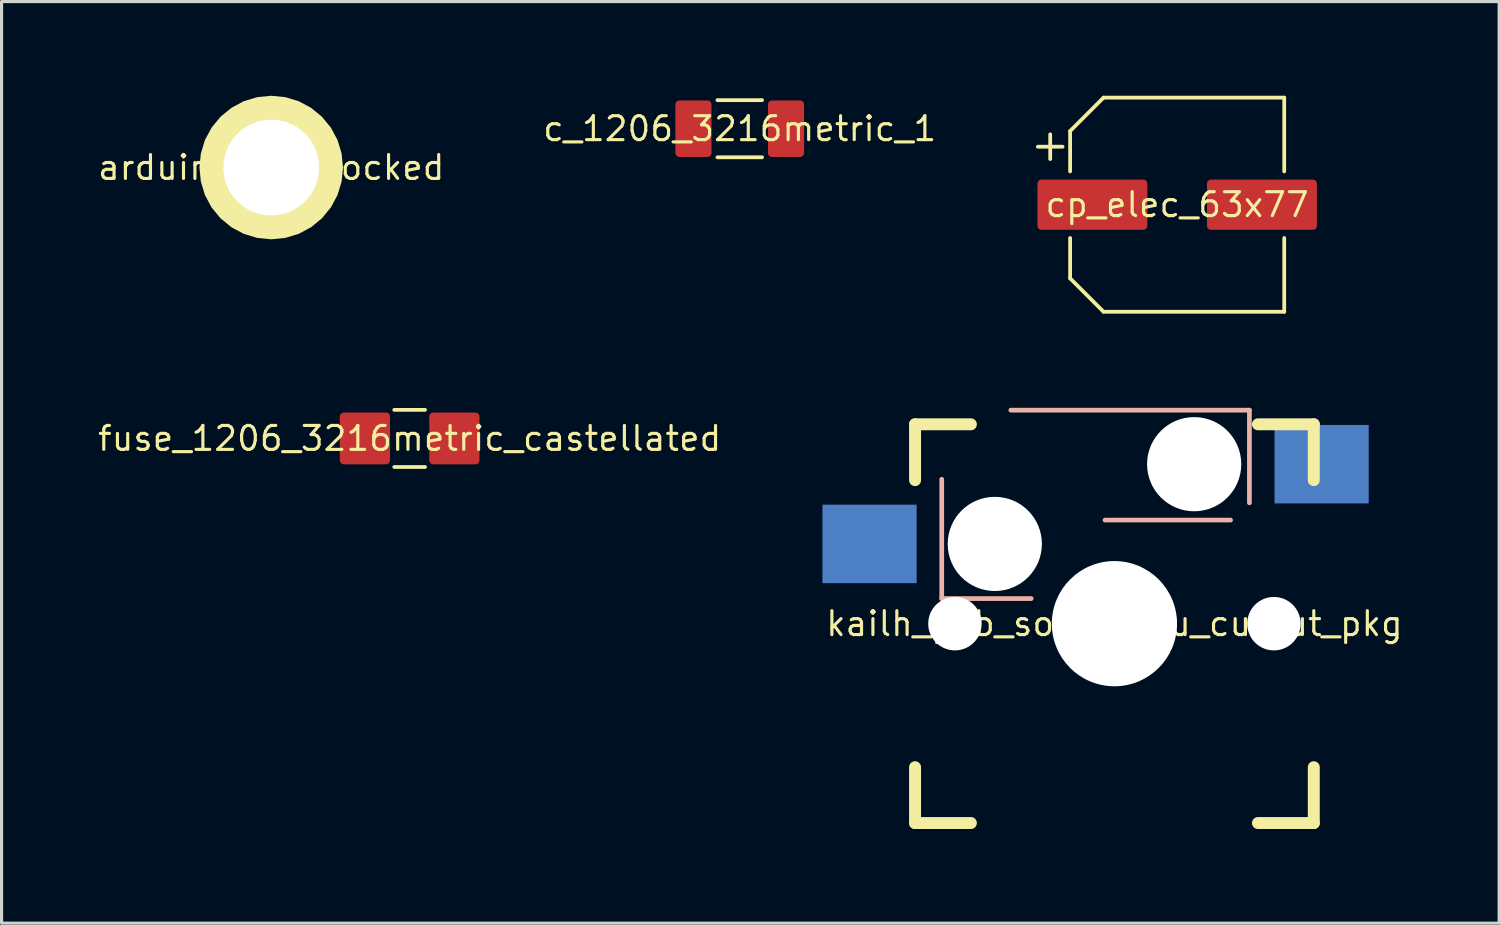
<source format=kicad_pcb>
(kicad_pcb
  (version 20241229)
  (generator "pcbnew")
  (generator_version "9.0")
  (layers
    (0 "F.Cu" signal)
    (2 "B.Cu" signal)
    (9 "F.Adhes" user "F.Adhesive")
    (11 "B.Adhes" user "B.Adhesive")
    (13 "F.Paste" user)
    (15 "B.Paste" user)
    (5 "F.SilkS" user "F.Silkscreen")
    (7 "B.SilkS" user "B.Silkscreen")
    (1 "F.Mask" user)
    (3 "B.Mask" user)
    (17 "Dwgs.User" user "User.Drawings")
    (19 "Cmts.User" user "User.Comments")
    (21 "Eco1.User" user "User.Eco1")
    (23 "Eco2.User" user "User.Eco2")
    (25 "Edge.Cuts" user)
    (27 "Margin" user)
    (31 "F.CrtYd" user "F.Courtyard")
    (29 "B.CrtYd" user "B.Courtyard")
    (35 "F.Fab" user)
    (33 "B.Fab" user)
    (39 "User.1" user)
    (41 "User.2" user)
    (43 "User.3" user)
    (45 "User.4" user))
  (footprint "kailh_pcb_socket_1u_cutout_pkg"
    (layer "F.Cu")
    (at 32.446 16.815)
    (property "Reference" "kailh_pcb_socket_1u_cutout_pkg" (at 0 0 0) (layer "F.SilkS") (effects (font (size 0.762 0.762) (thickness 0.1))))
    (attr through_hole)
    (fp_poly (pts (xy -9.45 -1.14) (xy -6.15 -1.14) (xy -6.15 -3.94) (xy -9.45 -3.94)) (stroke (width 0) (type solid)) (fill yes) (layer "B.Mask"))
    (fp_poly (pts (xy 4.95 -3.68) (xy 8.25 -3.68) (xy 8.25 -6.48) (xy 4.95 -6.48)) (stroke (width 0) (type solid)) (fill yes) (layer "B.Mask"))
    (fp_line (start -6.35 -6.35) (end -4.572 -6.35) (stroke (width 0.381) (type solid)) (layer "F.SilkS"))
    (fp_line (start -6.35 -4.572) (end -6.35 -6.35) (stroke (width 0.381) (type solid)) (layer "F.SilkS"))
    (fp_line (start -6.35 6.35) (end -6.35 4.572) (stroke (width 0.381) (type solid)) (layer "F.SilkS"))
    (fp_line (start -4.572 6.35) (end -6.35 6.35) (stroke (width 0.381) (type solid)) (layer "F.SilkS"))
    (fp_line (start 0 0) (end 0 0) (stroke (width 0.05) (type solid)) (layer "F.SilkS"))
    (fp_line (start 0 0) (end 0 0) (stroke (width 0.05) (type solid)) (layer "F.SilkS"))
    (fp_line (start 0 0) (end 0 0) (stroke (width 0.05) (type solid)) (layer "F.SilkS"))
    (fp_line (start 0 0) (end 0 0) (stroke (width 0.05) (type solid)) (layer "F.SilkS"))
    (fp_line (start 4.572 -6.35) (end 6.35 -6.35) (stroke (width 0.381) (type solid)) (layer "F.SilkS"))
    (fp_line (start 6.35 -6.35) (end 6.35 -4.572) (stroke (width 0.381) (type solid)) (layer "F.SilkS"))
    (fp_line (start 6.35 4.572) (end 6.35 6.35) (stroke (width 0.381) (type solid)) (layer "F.SilkS"))
    (fp_line (start 6.35 6.35) (end 4.572 6.35) (stroke (width 0.381) (type solid)) (layer "F.SilkS"))
    (fp_line (start -5.5 -0.8) (end -5.5 -4.6) (stroke (width 0.15) (type solid)) (layer "B.SilkS"))
    (fp_line (start -3.3 -6.8) (end 4.3 -6.8) (stroke (width 0.15) (type solid)) (layer "B.SilkS"))
    (fp_line (start -2.65 -0.8) (end -5.5 -0.8) (stroke (width 0.15) (type solid)) (layer "B.SilkS"))
    (fp_line (start 3.7 -3.3) (end -0.3 -3.3) (stroke (width 0.15) (type solid)) (layer "B.SilkS"))
    (fp_line (start 4.3 -6.8) (end 4.3 -3.85) (stroke (width 0.15) (type solid)) (layer "B.SilkS"))
    (fp_line (start -0.5 -0.5) (end -0.5 0.5) (stroke (width 0.05) (type solid)) (layer "F.CrtYd"))
    (fp_line (start -0.5 0.5) (end 0.5 0.5) (stroke (width 0.05) (type solid)) (layer "F.CrtYd"))
    (fp_line (start 0.5 -0.5) (end -0.5 -0.5) (stroke (width 0.05) (type solid)) (layer "F.CrtYd"))
    (fp_line (start 0.5 0.5) (end 0.5 -0.5) (stroke (width 0.05) (type solid)) (layer "F.CrtYd"))
    (fp_text user "" (at 0 4 0) (layer "F.SilkS") (effects (font (size 2 2) (thickness 0.1))))
    (pad "" np_thru_hole circle (at -5.08 0) (size 1.702 1.702) (drill 1.702) (layers "*.Cu" "*.Mask"))
    (pad "" np_thru_hole circle (at -3.81 -2.54) (size 3 3) (drill 3) (layers "*.Cu" "*.Mask"))
    (pad "" np_thru_hole circle (at 0 0) (size 3.988 3.988) (drill 3.988) (layers "*.Cu" "*.Mask"))
    (pad "" np_thru_hole circle (at 2.54 -5.08) (size 3 3) (drill 3) (layers "*.Cu" "*.Mask"))
    (pad "" np_thru_hole circle (at 5.08 0) (size 1.702 1.702) (drill 1.702) (layers "*.Cu" "*.Mask"))
    (pad "1" smd rect (at 6.6 -5.08) (size 3 2.5) (layers "B.Cu" "B.Paste"))
    (pad "2" smd rect (at -7.8 -2.54) (size 3 2.5) (layers "B.Cu" "B.Paste")))
  (footprint "cp_elec_63x77"
    (layer "F.Cu")
    (at 34.445 3.47)
    (property "Reference" "cp_elec_63x77" (at 0 0 0) (layer "F.SilkS") (effects (font (size 0.762 0.762) (thickness 0.1))))
    (attr through_hole)
    (fp_poly (pts (xy -0.8 -0.675) (xy -0.805 -0.729) (xy -0.821 -0.78) (xy -0.846 -0.828) (xy -0.881 -0.869) (xy -0.922 -0.904) (xy -0.97 -0.929) (xy -1.021 -0.945) (xy -1.075 -0.95) (xy -4.325 -0.95) (xy -4.379 -0.945) (xy -4.43 -0.929) (xy -4.478 -0.904) (xy -4.519 -0.869) (xy -4.554 -0.828) (xy -4.579 -0.78) (xy -4.595 -0.729) (xy -4.6 -0.675) (xy -4.6 0.675) (xy -4.595 0.729) (xy -4.579 0.78) (xy -4.554 0.828) (xy -4.519 0.869) (xy -4.478 0.904) (xy -4.43 0.929) (xy -4.379 0.945) (xy -4.325 0.95) (xy -1.075 0.95) (xy -1.021 0.945) (xy -0.97 0.929) (xy -0.922 0.904) (xy -0.881 0.869) (xy -0.846 0.828) (xy -0.821 0.78) (xy -0.805 0.729) (xy -0.8 0.675)) (stroke (width 0) (type solid)) (fill yes) (layer "F.Mask"))
    (fp_poly (pts (xy 4.6 -0.675) (xy 4.595 -0.729) (xy 4.579 -0.78) (xy 4.554 -0.828) (xy 4.519 -0.869) (xy 4.478 -0.904) (xy 4.43 -0.929) (xy 4.379 -0.945) (xy 4.325 -0.95) (xy 1.075 -0.95) (xy 1.021 -0.945) (xy 0.97 -0.929) (xy 0.922 -0.904) (xy 0.881 -0.869) (xy 0.846 -0.828) (xy 0.821 -0.78) (xy 0.805 -0.729) (xy 0.8 -0.675) (xy 0.8 0.675) (xy 0.805 0.729) (xy 0.821 0.78) (xy 0.846 0.828) (xy 0.881 0.869) (xy 0.922 0.904) (xy 0.97 0.929) (xy 1.021 0.945) (xy 1.075 0.95) (xy 4.325 0.95) (xy 4.379 0.945) (xy 4.43 0.929) (xy 4.478 0.904) (xy 4.519 0.869) (xy 4.554 0.828) (xy 4.579 0.78) (xy 4.595 0.729) (xy 4.6 0.675)) (stroke (width 0) (type solid)) (fill yes) (layer "F.Mask"))
    (fp_line (start -4.438 -1.847) (end -3.65 -1.847) (stroke (width 0.12) (type solid)) (layer "F.SilkS"))
    (fp_line (start -4.044 -2.241) (end -4.044 -1.454) (stroke (width 0.12) (type solid)) (layer "F.SilkS"))
    (fp_line (start -3.41 -2.346) (end -3.41 -1.06) (stroke (width 0.12) (type solid)) (layer "F.SilkS"))
    (fp_line (start -3.41 -2.346) (end -2.346 -3.41) (stroke (width 0.12) (type solid)) (layer "F.SilkS"))
    (fp_line (start -3.41 2.346) (end -3.41 1.06) (stroke (width 0.12) (type solid)) (layer "F.SilkS"))
    (fp_line (start -3.41 2.346) (end -2.346 3.41) (stroke (width 0.12) (type solid)) (layer "F.SilkS"))
    (fp_line (start -2.346 -3.41) (end 3.41 -3.41) (stroke (width 0.12) (type solid)) (layer "F.SilkS"))
    (fp_line (start -2.346 3.41) (end 3.41 3.41) (stroke (width 0.12) (type solid)) (layer "F.SilkS"))
    (fp_line (start 3.41 -3.41) (end 3.41 -1.06) (stroke (width 0.12) (type solid)) (layer "F.SilkS"))
    (fp_line (start 3.41 3.41) (end 3.41 1.06) (stroke (width 0.12) (type solid)) (layer "F.SilkS"))
    (pad "1" smd roundrect (at -2.7 0) (size 3.5 1.6) (layers "F.Cu" "F.Paste") (roundrect_rratio 0.078))
    (pad "2" smd roundrect (at 2.7 0) (size 3.5 1.6) (layers "F.Cu" "F.Paste") (roundrect_rratio 0.078)))
  (footprint "arduino_1pinlocked"
    (layer "F.Cu")
    (at 5.589 2.286)
    (property "Reference" "arduino_1pinlocked" (at 0 0 0) (layer "F.SilkS") (effects (font (size 0.762 0.762) (thickness 0.1))))
    (attr through_hole)
    (fp_poly (pts (xy 1.524 0) (xy 1.495 -0.297) (xy 1.408 -0.583) (xy 1.267 -0.847) (xy 1.078 -1.078) (xy 0.847 -1.267) (xy 0.583 -1.408) (xy 0.297 -1.495) (xy 0 -1.524) (xy -0.297 -1.495) (xy -0.583 -1.408) (xy -0.847 -1.267) (xy -1.078 -1.078) (xy -1.267 -0.847) (xy -1.408 -0.583) (xy -1.495 -0.297) (xy -1.524 0) (xy -1.495 0.297) (xy -1.408 0.583) (xy -1.267 0.847) (xy -1.078 1.078) (xy -0.847 1.267) (xy -0.583 1.408) (xy -0.297 1.495) (xy 0 1.524) (xy 0.297 1.495) (xy 0.583 1.408) (xy 0.847 1.267) (xy 1.078 1.078) (xy 1.267 0.847) (xy 1.408 0.583) (xy 1.495 0.297)) (stroke (width 0) (type solid)) (fill yes) (layer "F.Mask"))
    (fp_poly (pts (xy 1.524 0) (xy 1.495 -0.297) (xy 1.408 -0.583) (xy 1.267 -0.847) (xy 1.078 -1.078) (xy 0.847 -1.267) (xy 0.583 -1.408) (xy 0.297 -1.495) (xy 0 -1.524) (xy -0.297 -1.495) (xy -0.583 -1.408) (xy -0.847 -1.267) (xy -1.078 -1.078) (xy -1.267 -0.847) (xy -1.408 -0.583) (xy -1.495 -0.297) (xy -1.524 0) (xy -1.495 0.297) (xy -1.408 0.583) (xy -1.267 0.847) (xy -1.078 1.078) (xy -0.847 1.267) (xy -0.583 1.408) (xy -0.297 1.495) (xy 0 1.524) (xy 0.297 1.495) (xy 0.583 1.408) (xy 0.847 1.267) (xy 1.078 1.078) (xy 1.267 0.847) (xy 1.408 0.583) (xy 1.495 0.297)) (stroke (width 0) (type solid)) (fill yes) (layer "B.Mask"))
    (fp_poly (pts (xy 2.286 0) (xy 2.242 -0.446) (xy 2.112 -0.875) (xy 1.901 -1.27) (xy 1.616 -1.616) (xy 1.27 -1.901) (xy 0.875 -2.112) (xy 0.446 -2.242) (xy 0 -2.286) (xy -0.446 -2.242) (xy -0.875 -2.112) (xy -1.27 -1.901) (xy -1.616 -1.616) (xy -1.901 -1.27) (xy -2.112 -0.875) (xy -2.242 -0.446) (xy -2.286 0) (xy -2.242 0.446) (xy -2.112 0.875) (xy -1.901 1.27) (xy -1.616 1.616) (xy -1.27 1.901) (xy -0.875 2.112) (xy -0.446 2.242) (xy 0 2.286) (xy 0.446 2.242) (xy 0.875 2.112) (xy 1.27 1.901) (xy 1.616 1.616) (xy 1.901 1.27) (xy 2.112 0.875) (xy 2.242 0.446)) (stroke (width 0) (type solid)) (fill yes) (layer "F.SilkS"))
    (pad "" np_thru_hole circle (at 0 0) (size 3.048 3.048) (drill 3.048) (layers "*.Cu" "*.Mask")))
  (footprint "c_1206_3216metric_1"
    (layer "F.Cu")
    (at 20.512 1.05)
    (property "Reference" "c_1206_3216metric_1" (at 0 0 0) (layer "F.SilkS") (effects (font (size 0.762 0.762) (thickness 0.1))))
    (attr through_hole)
    (fp_poly (pts (xy -0.75 -0.775) (xy -0.755 -0.829) (xy -0.771 -0.88) (xy -0.796 -0.928) (xy -0.831 -0.969) (xy -0.872 -1.004) (xy -0.92 -1.029) (xy -0.971 -1.045) (xy -1.025 -1.05) (xy -1.925 -1.05) (xy -1.979 -1.045) (xy -2.03 -1.029) (xy -2.078 -1.004) (xy -2.119 -0.969) (xy -2.154 -0.928) (xy -2.179 -0.88) (xy -2.195 -0.829) (xy -2.2 -0.775) (xy -2.2 0.775) (xy -2.195 0.829) (xy -2.179 0.88) (xy -2.154 0.928) (xy -2.119 0.969) (xy -2.078 1.004) (xy -2.03 1.029) (xy -1.979 1.045) (xy -1.925 1.05) (xy -1.025 1.05) (xy -0.971 1.045) (xy -0.92 1.029) (xy -0.872 1.004) (xy -0.831 0.969) (xy -0.796 0.928) (xy -0.771 0.88) (xy -0.755 0.829) (xy -0.75 0.775)) (stroke (width 0) (type solid)) (fill yes) (layer "F.Mask"))
    (fp_poly (pts (xy 2.2 -0.775) (xy 2.195 -0.829) (xy 2.179 -0.88) (xy 2.154 -0.928) (xy 2.119 -0.969) (xy 2.078 -1.004) (xy 2.03 -1.029) (xy 1.979 -1.045) (xy 1.925 -1.05) (xy 1.025 -1.05) (xy 0.971 -1.045) (xy 0.92 -1.029) (xy 0.872 -1.004) (xy 0.831 -0.969) (xy 0.796 -0.928) (xy 0.771 -0.88) (xy 0.755 -0.829) (xy 0.75 -0.775) (xy 0.75 0.775) (xy 0.755 0.829) (xy 0.771 0.88) (xy 0.796 0.928) (xy 0.831 0.969) (xy 0.872 1.004) (xy 0.92 1.029) (xy 0.971 1.045) (xy 1.025 1.05) (xy 1.925 1.05) (xy 1.979 1.045) (xy 2.03 1.029) (xy 2.078 1.004) (xy 2.119 0.969) (xy 2.154 0.928) (xy 2.179 0.88) (xy 2.195 0.829) (xy 2.2 0.775)) (stroke (width 0) (type solid)) (fill yes) (layer "F.Mask"))
    (fp_line (start -0.711 -0.91) (end 0.711 -0.91) (stroke (width 0.12) (type solid)) (layer "F.SilkS"))
    (fp_line (start -0.711 0.91) (end 0.711 0.91) (stroke (width 0.12) (type solid)) (layer "F.SilkS"))
    (pad "1" smd roundrect (at -1.475 0) (size 1.15 1.8) (layers "F.Cu" "F.Paste") (roundrect_rratio 0.109))
    (pad "2" smd roundrect (at 1.475 0) (size 1.15 1.8) (layers "F.Cu" "F.Paste") (roundrect_rratio 0.109)))
  (footprint "fuse_1206_3216metric_castellated"
    (layer "F.Cu")
    (at 9.998 10.915)
    (property "Reference" "fuse_1206_3216metric_castellated" (at 0 0 0) (layer "F.SilkS") (effects (font (size 0.762 0.762) (thickness 0.1))))
    (attr through_hole)
    (fp_poly (pts (xy -0.475 -0.7) (xy -0.48 -0.754) (xy -0.496 -0.805) (xy -0.521 -0.853) (xy -0.556 -0.894) (xy -0.597 -0.929) (xy -0.645 -0.954) (xy -0.696 -0.97) (xy -0.75 -0.975) (xy -2.1 -0.975) (xy -2.154 -0.97) (xy -2.205 -0.954) (xy -2.253 -0.929) (xy -2.294 -0.894) (xy -2.329 -0.853) (xy -2.354 -0.805) (xy -2.37 -0.754) (xy -2.375 -0.7) (xy -2.375 0.7) (xy -2.37 0.754) (xy -2.354 0.805) (xy -2.329 0.853) (xy -2.294 0.894) (xy -2.253 0.929) (xy -2.205 0.954) (xy -2.154 0.97) (xy -2.1 0.975) (xy -0.75 0.975) (xy -0.696 0.97) (xy -0.645 0.954) (xy -0.597 0.929) (xy -0.556 0.894) (xy -0.521 0.853) (xy -0.496 0.805) (xy -0.48 0.754) (xy -0.475 0.7)) (stroke (width 0) (type solid)) (fill yes) (layer "F.Mask"))
    (fp_poly (pts (xy 2.375 -0.7) (xy 2.37 -0.754) (xy 2.354 -0.805) (xy 2.329 -0.853) (xy 2.294 -0.894) (xy 2.253 -0.929) (xy 2.205 -0.954) (xy 2.154 -0.97) (xy 2.1 -0.975) (xy 0.75 -0.975) (xy 0.696 -0.97) (xy 0.645 -0.954) (xy 0.597 -0.929) (xy 0.556 -0.894) (xy 0.521 -0.853) (xy 0.496 -0.805) (xy 0.48 -0.754) (xy 0.475 -0.7) (xy 0.475 0.7) (xy 0.48 0.754) (xy 0.496 0.805) (xy 0.521 0.853) (xy 0.556 0.894) (xy 0.597 0.929) (xy 0.645 0.954) (xy 0.696 0.97) (xy 0.75 0.975) (xy 2.1 0.975) (xy 2.154 0.97) (xy 2.205 0.954) (xy 2.253 0.929) (xy 2.294 0.894) (xy 2.329 0.853) (xy 2.354 0.805) (xy 2.37 0.754) (xy 2.375 0.7)) (stroke (width 0) (type solid)) (fill yes) (layer "F.Mask"))
    (fp_line (start -0.49 -0.91) (end 0.49 -0.91) (stroke (width 0.12) (type solid)) (layer "F.SilkS"))
    (fp_line (start -0.49 0.91) (end 0.49 0.91) (stroke (width 0.12) (type solid)) (layer "F.SilkS"))
    (pad "1" smd roundrect (at -1.425 0) (size 1.6 1.65) (layers "F.Cu" "F.Paste") (roundrect_rratio 0.078))
    (pad "2" smd roundrect (at 1.425 0) (size 1.6 1.65) (layers "F.Cu" "F.Paste") (roundrect_rratio 0.078)))
  (gr_rect
    (start -3 -3)
    (end 44.7 26.355)
    (stroke (width 0.1) (type default))
    (fill no)
    (layer "Edge.Cuts")))
</source>
